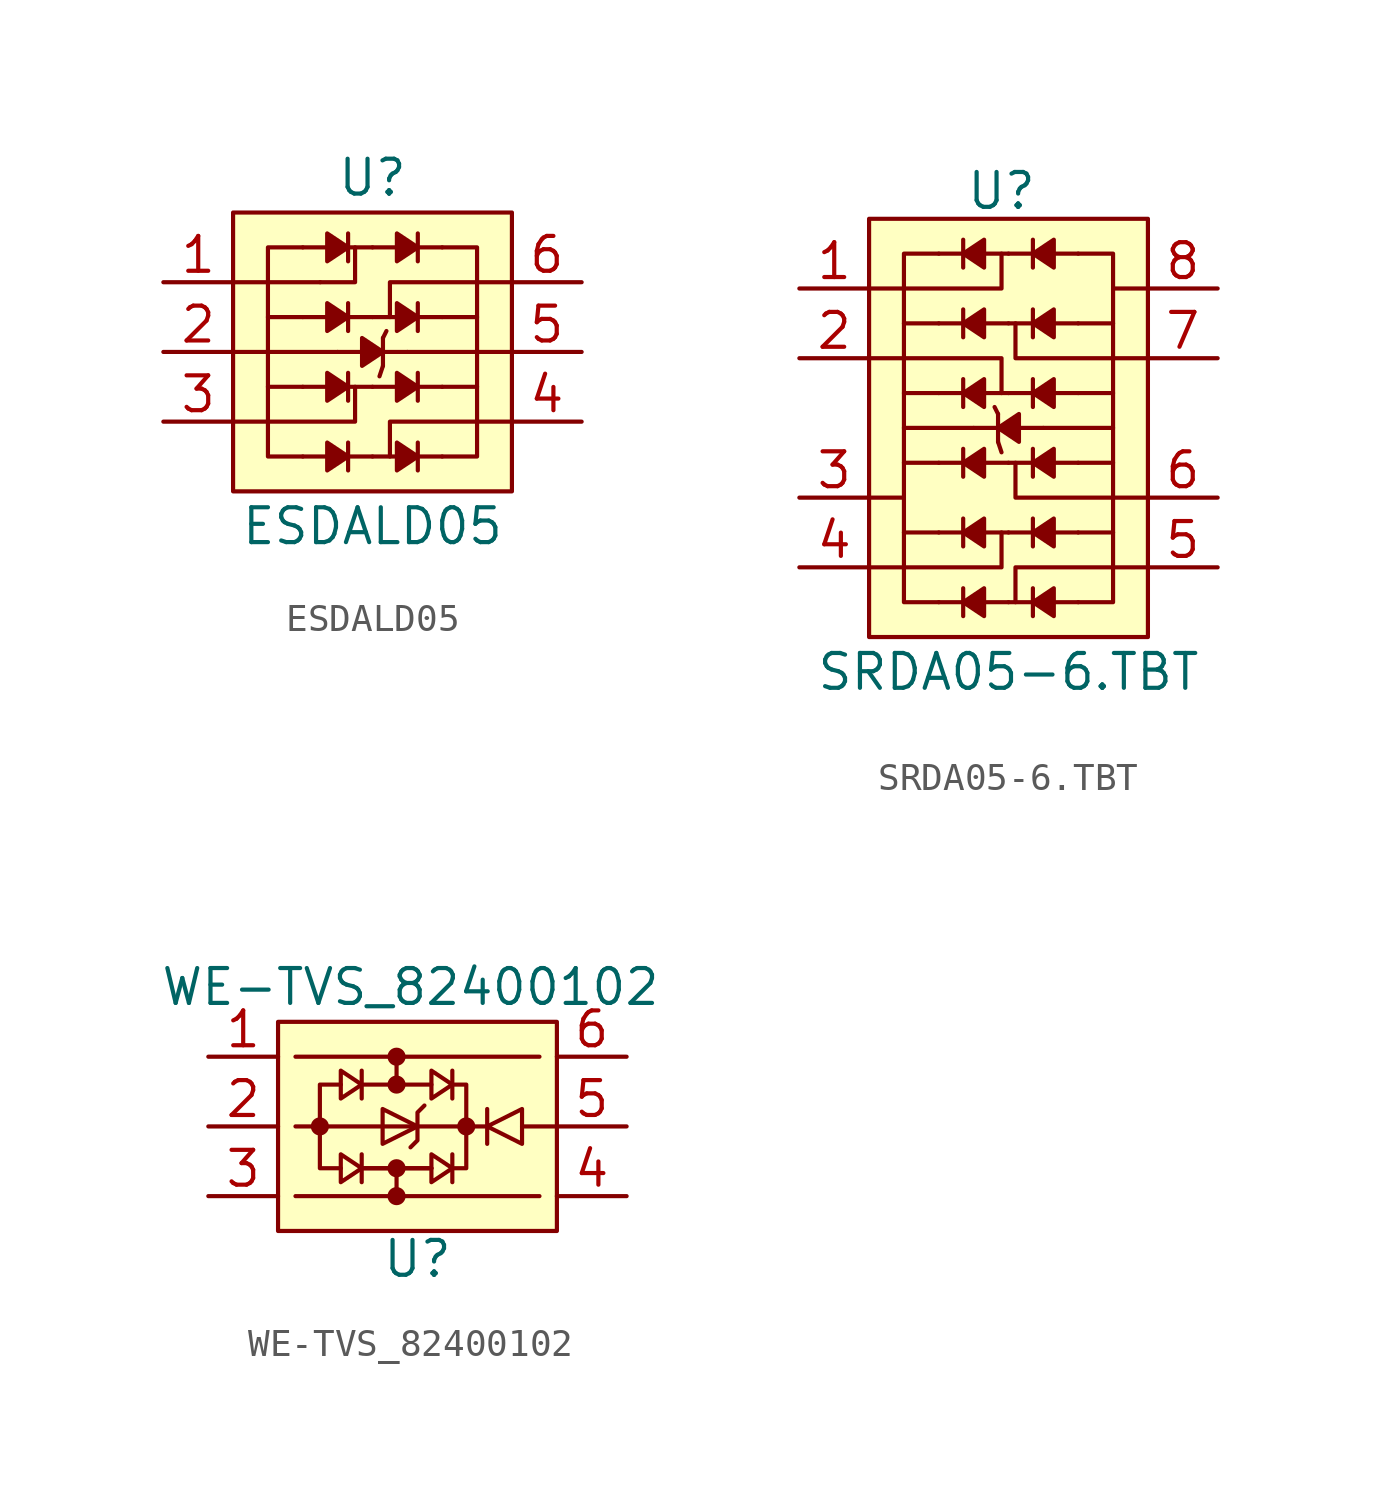
<source format=kicad_sym>
(kicad_symbol_lib
  (version 20211014)
  (generator kicad_symbol_editor)
  (symbol "ESDALD05"
    (pin_names
      (offset 1.016) hide)
    (property "Reference" "U"
      (at 0 6.35 0)
      (effects (font (size 1.27 1.27))))
    (property "Value" "ESDALD05"
      (at 0 -6.35 0)
      (effects (font (size 1.27 1.27))))
    (symbol "ESDALD05_0_0"
      (pin passive line (at -7.62 2.54 0) (length 2.54) (name "IO1" (effects (font (size 1.27 1.27)))) (number "1" (effects (font (size 1.27 1.27)))))
      (pin passive line (at -7.62 0 0) (length 2.54) (name "GND" (effects (font (size 1.27 1.27)))) (number "2" (effects (font (size 1.27 1.27)))))
      (pin passive line (at -7.62 -2.54 0) (length 2.54) (name "IO2" (effects (font (size 1.27 1.27)))) (number "3" (effects (font (size 1.27 1.27)))))
      (pin passive line (at 7.62 -2.54 180) (length 2.54) (name "IO3" (effects (font (size 1.27 1.27)))) (number "4" (effects (font (size 1.27 1.27)))))
      (pin power_in line (at 7.62 0 180) (length 2.54) (name "VDD" (effects (font (size 1.27 1.27)))) (number "5" (effects (font (size 1.27 1.27)))))
      (pin passive line (at 7.62 2.54 180) (length 2.54) (name "IO4" (effects (font (size 1.27 1.27)))) (number "6" (effects (font (size 1.27 1.27))))))
    (symbol "ESDALD05_0_1"
      (rectangle (start -5.08 5.08) (end 5.08 -5.08) (stroke (width 0.152) (type default) (color 0 0 0 0)) (fill (type background)))
      (polyline (pts (xy -5.08 2.54) (xy -1.905 2.54)) (stroke (width 0.152) (type default) (color 0 0 0 0)) (fill (type none)))
      (polyline (pts (xy -2.54 -3.81) (xy 0 -3.81)) (stroke (width 0.152) (type default) (color 0 0 0 0)) (fill (type none)))
      (polyline (pts (xy -2.54 -1.27) (xy -3.81 -1.27)) (stroke (width 0.152) (type default) (color 0 0 0 0)) (fill (type none)))
      (polyline (pts (xy -2.54 -1.27) (xy 0 -1.27)) (stroke (width 0.152) (type default) (color 0 0 0 0)) (fill (type none)))
      (polyline (pts (xy -2.54 1.27) (xy -3.81 1.27)) (stroke (width 0.152) (type default) (color 0 0 0 0)) (fill (type none)))
      (polyline (pts (xy -2.54 1.27) (xy 0 1.27)) (stroke (width 0.152) (type default) (color 0 0 0 0)) (fill (type none)))
      (polyline (pts (xy -2.54 3.81) (xy 0 3.81)) (stroke (width 0.152) (type default) (color 0 0 0 0)) (fill (type none)))
      (polyline (pts (xy -1.27 0) (xy -5.08 0)) (stroke (width 0.152) (type default) (color 0 0 0 0)) (fill (type none)))
      (polyline (pts (xy -1.27 0) (xy 1.27 0)) (stroke (width 0.152) (type default) (color 0 0 0 0)) (fill (type none)))
      (polyline (pts (xy -0.889 -3.302) (xy -0.889 -4.318)) (stroke (width 0.152) (type default) (color 0 0 0 0)) (fill (type none)))
      (polyline (pts (xy -0.889 -0.762) (xy -0.889 -1.778)) (stroke (width 0.152) (type default) (color 0 0 0 0)) (fill (type none)))
      (polyline (pts (xy -0.889 1.778) (xy -0.889 0.762)) (stroke (width 0.152) (type default) (color 0 0 0 0)) (fill (type none)))
      (polyline (pts (xy -0.889 4.318) (xy -0.889 3.302)) (stroke (width 0.152) (type default) (color 0 0 0 0)) (fill (type none)))
      (polyline (pts (xy 0 -3.81) (xy 2.54 -3.81)) (stroke (width 0.152) (type default) (color 0 0 0 0)) (fill (type none)))
      (polyline (pts (xy 0 -1.27) (xy 2.54 -1.27)) (stroke (width 0.152) (type default) (color 0 0 0 0)) (fill (type none)))
      (polyline (pts (xy 0 1.27) (xy 2.54 1.27)) (stroke (width 0.152) (type default) (color 0 0 0 0)) (fill (type none)))
      (polyline (pts (xy 0 3.81) (xy 2.54 3.81)) (stroke (width 0.152) (type default) (color 0 0 0 0)) (fill (type none)))
      (polyline (pts (xy 0.381 -0.508) (xy 0.254 -0.889)) (stroke (width 0.152) (type default) (color 0 0 0 0)) (fill (type none)))
      (polyline (pts (xy 0.381 0.508) (xy 0.381 -0.508)) (stroke (width 0.152) (type default) (color 0 0 0 0)) (fill (type none)))
      (polyline (pts (xy 0.381 0.508) (xy 0.508 0.762)) (stroke (width 0.152) (type default) (color 0 0 0 0)) (fill (type none)))
      (polyline (pts (xy 1.27 0) (xy 5.08 0)) (stroke (width 0.152) (type default) (color 0 0 0 0)) (fill (type none)))
      (polyline (pts (xy 1.651 -3.302) (xy 1.651 -4.318)) (stroke (width 0.152) (type default) (color 0 0 0 0)) (fill (type none)))
      (polyline (pts (xy 1.651 -0.762) (xy 1.651 -1.778)) (stroke (width 0.152) (type default) (color 0 0 0 0)) (fill (type none)))
      (polyline (pts (xy 1.651 1.778) (xy 1.651 0.762)) (stroke (width 0.152) (type default) (color 0 0 0 0)) (fill (type none)))
      (polyline (pts (xy 1.651 4.318) (xy 1.651 3.302)) (stroke (width 0.152) (type default) (color 0 0 0 0)) (fill (type none)))
      (polyline (pts (xy 2.54 -1.27) (xy 3.81 -1.27)) (stroke (width 0.152) (type default) (color 0 0 0 0)) (fill (type none)))
      (polyline (pts (xy 2.54 1.27) (xy 3.81 1.27)) (stroke (width 0.152) (type default) (color 0 0 0 0)) (fill (type none)))
      (polyline (pts (xy -5.08 -2.54) (xy -0.635 -2.54) (xy -0.635 -1.27)) (stroke (width 0.152) (type default) (color 0 0 0 0)) (fill (type none)))
      (polyline (pts (xy -1.905 2.54) (xy -0.635 2.54) (xy -0.635 3.81)) (stroke (width 0.152) (type default) (color 0 0 0 0)) (fill (type none)))
      (polyline (pts (xy 5.08 -2.54) (xy 0.635 -2.54) (xy 0.635 -3.81)) (stroke (width 0.152) (type default) (color 0 0 0 0)) (fill (type none)))
      (polyline (pts (xy 5.08 2.54) (xy 0.635 2.54) (xy 0.635 1.27)) (stroke (width 0.152) (type default) (color 0 0 0 0)) (fill (type none)))
      (polyline (pts (xy -2.54 3.81) (xy -3.81 3.81) (xy -3.81 -3.81) (xy -2.54 -3.81)) (stroke (width 0.152) (type default) (color 0 0 0 0)) (fill (type none)))
      (polyline (pts (xy -0.889 -3.81) (xy -1.651 -3.302) (xy -1.651 -4.318) (xy -0.889 -3.81)) (stroke (width 0.152) (type default) (color 0 0 0 0)) (fill (type outline)))
      (polyline (pts (xy -0.889 -1.27) (xy -1.651 -0.762) (xy -1.651 -1.778) (xy -0.889 -1.27)) (stroke (width 0.152) (type default) (color 0 0 0 0)) (fill (type outline)))
      (polyline (pts (xy -0.889 1.27) (xy -1.651 1.778) (xy -1.651 0.762) (xy -0.889 1.27)) (stroke (width 0.152) (type default) (color 0 0 0 0)) (fill (type outline)))
      (polyline (pts (xy -0.889 3.81) (xy -1.651 4.318) (xy -1.651 3.302) (xy -0.889 3.81)) (stroke (width 0.152) (type default) (color 0 0 0 0)) (fill (type outline)))
      (polyline (pts (xy 0.381 0) (xy -0.381 0.508) (xy -0.381 -0.508) (xy 0.381 0)) (stroke (width 0.152) (type default) (color 0 0 0 0)) (fill (type outline)))
      (polyline (pts (xy 1.651 -3.81) (xy 0.889 -3.302) (xy 0.889 -4.318) (xy 1.651 -3.81)) (stroke (width 0.152) (type default) (color 0 0 0 0)) (fill (type outline)))
      (polyline (pts (xy 1.651 -1.27) (xy 0.889 -0.762) (xy 0.889 -1.778) (xy 1.651 -1.27)) (stroke (width 0.152) (type default) (color 0 0 0 0)) (fill (type outline)))
      (polyline (pts (xy 1.651 1.27) (xy 0.889 1.778) (xy 0.889 0.762) (xy 1.651 1.27)) (stroke (width 0.152) (type default) (color 0 0 0 0)) (fill (type outline)))
      (polyline (pts (xy 1.651 3.81) (xy 0.889 4.318) (xy 0.889 3.302) (xy 1.651 3.81)) (stroke (width 0.152) (type default) (color 0 0 0 0)) (fill (type outline)))
      (polyline (pts (xy 2.54 3.81) (xy 3.81 3.81) (xy 3.81 -3.81) (xy 2.54 -3.81)) (stroke (width 0.152) (type default) (color 0 0 0 0)) (fill (type none)))))
  (symbol "SRDA05-6.TBT"
    (pin_names
      (offset 1.016) hide)
    (property "Reference" "U"
      (at -0.254 8.636 0)
      (effects (font (size 1.27 1.27))))
    (property "Value" "SRDA05-6.TBT"
      (at 0 -8.89 0)
      (effects (font (size 1.27 1.27))))
    (symbol "SRDA05-6.TBT_0_0"
      (pin passive line (at -7.62 5.08 0) (length 2.54) (name "IO1" (effects (font (size 1.27 1.27)))) (number "1" (effects (font (size 1.27 1.27)))))
      (pin passive line (at -7.62 2.54 0) (length 2.54) (name "IO2" (effects (font (size 1.27 1.27)))) (number "2" (effects (font (size 1.27 1.27)))))
      (pin power_in line (at -7.62 -2.54 0) (length 2.54) (name "VDD" (effects (font (size 1.27 1.27)))) (number "3" (effects (font (size 1.27 1.27)))))
      (pin passive line (at -7.62 -5.08 0) (length 2.54) (name "IO3" (effects (font (size 1.27 1.27)))) (number "4" (effects (font (size 1.27 1.27)))))
      (pin passive line (at 7.62 -5.08 180) (length 2.54) (name "IO4" (effects (font (size 1.27 1.27)))) (number "5" (effects (font (size 1.27 1.27)))))
      (pin passive line (at 7.62 -2.54 180) (length 2.54) (name "IO5" (effects (font (size 1.27 1.27)))) (number "6" (effects (font (size 1.27 1.27)))))
      (pin passive line (at 7.62 2.54 180) (length 2.54) (name "IO6" (effects (font (size 1.27 1.27)))) (number "7" (effects (font (size 1.27 1.27)))))
      (pin passive line (at 7.62 5.08 180) (length 2.54) (name "GND" (effects (font (size 1.27 1.27)))) (number "8" (effects (font (size 1.27 1.27))))))
    (symbol "SRDA05-6.TBT_0_1"
      (rectangle (start -5.08 7.62) (end 5.08 -7.62) (stroke (width 0) (type default) (color 0 0 0 0)) (fill (type background)))
      (polyline (pts (xy -5.08 -2.54) (xy -3.81 -2.54)) (stroke (width 0) (type default) (color 0 0 0 0)) (fill (type none)))
      (polyline (pts (xy -3.81 -2.54) (xy -3.81 -2.54)) (stroke (width 0) (type default) (color 0 0 0 0)) (fill (type none)))
      (polyline (pts (xy -2.54 -1.27) (xy -3.81 -1.27)) (stroke (width 0.152) (type default) (color 0 0 0 0)) (fill (type none)))
      (polyline (pts (xy -2.54 1.27) (xy -3.81 1.27)) (stroke (width 0.152) (type default) (color 0 0 0 0)) (fill (type none)))
      (polyline (pts (xy -1.651 -5.842) (xy -1.651 -6.858)) (stroke (width 0.152) (type default) (color 0 0 0 0)) (fill (type none)))
      (polyline (pts (xy -1.651 -3.302) (xy -1.651 -4.318)) (stroke (width 0.152) (type default) (color 0 0 0 0)) (fill (type none)))
      (polyline (pts (xy -1.651 -0.762) (xy -1.651 -1.778)) (stroke (width 0.152) (type default) (color 0 0 0 0)) (fill (type none)))
      (polyline (pts (xy -1.651 1.778) (xy -1.651 0.762)) (stroke (width 0.152) (type default) (color 0 0 0 0)) (fill (type none)))
      (polyline (pts (xy -1.651 4.318) (xy -1.651 3.302)) (stroke (width 0.152) (type default) (color 0 0 0 0)) (fill (type none)))
      (polyline (pts (xy -1.651 6.858) (xy -1.651 5.842)) (stroke (width 0.152) (type default) (color 0 0 0 0)) (fill (type none)))
      (polyline (pts (xy -1.27 0) (xy -3.81 0)) (stroke (width 0) (type default) (color 0 0 0 0)) (fill (type none)))
      (polyline (pts (xy -0.381 -0.508) (xy -0.254 -0.889)) (stroke (width 0.152) (type default) (color 0 0 0 0)) (fill (type none)))
      (polyline (pts (xy -0.381 0.508) (xy -0.508 0.762)) (stroke (width 0.152) (type default) (color 0 0 0 0)) (fill (type none)))
      (polyline (pts (xy -0.381 0.508) (xy -0.381 -0.508)) (stroke (width 0.152) (type default) (color 0 0 0 0)) (fill (type none)))
      (polyline (pts (xy 0 -6.35) (xy -2.54 -6.35)) (stroke (width 0.152) (type default) (color 0 0 0 0)) (fill (type none)))
      (polyline (pts (xy 0 -3.81) (xy -2.54 -3.81)) (stroke (width 0.152) (type default) (color 0 0 0 0)) (fill (type none)))
      (polyline (pts (xy 0 -1.27) (xy -2.54 -1.27)) (stroke (width 0.152) (type default) (color 0 0 0 0)) (fill (type none)))
      (polyline (pts (xy 0 1.27) (xy -2.54 1.27)) (stroke (width 0.152) (type default) (color 0 0 0 0)) (fill (type none)))
      (polyline (pts (xy 0 3.81) (xy -2.54 3.81)) (stroke (width 0.152) (type default) (color 0 0 0 0)) (fill (type none)))
      (polyline (pts (xy 0 6.35) (xy -2.54 6.35)) (stroke (width 0.152) (type default) (color 0 0 0 0)) (fill (type none)))
      (polyline (pts (xy 0.889 -5.842) (xy 0.889 -6.858)) (stroke (width 0.152) (type default) (color 0 0 0 0)) (fill (type none)))
      (polyline (pts (xy 0.889 -3.302) (xy 0.889 -4.318)) (stroke (width 0.152) (type default) (color 0 0 0 0)) (fill (type none)))
      (polyline (pts (xy 0.889 -0.762) (xy 0.889 -1.778)) (stroke (width 0.152) (type default) (color 0 0 0 0)) (fill (type none)))
      (polyline (pts (xy 0.889 1.778) (xy 0.889 0.762)) (stroke (width 0.152) (type default) (color 0 0 0 0)) (fill (type none)))
      (polyline (pts (xy 0.889 4.318) (xy 0.889 3.302)) (stroke (width 0.152) (type default) (color 0 0 0 0)) (fill (type none)))
      (polyline (pts (xy 0.889 6.858) (xy 0.889 5.842)) (stroke (width 0.152) (type default) (color 0 0 0 0)) (fill (type none)))
      (polyline (pts (xy 1.27 0) (xy -1.27 0)) (stroke (width 0.152) (type default) (color 0 0 0 0)) (fill (type none)))
      (polyline (pts (xy 1.27 0) (xy 3.81 0)) (stroke (width 0) (type default) (color 0 0 0 0)) (fill (type none)))
      (polyline (pts (xy 2.54 -6.35) (xy 0 -6.35)) (stroke (width 0.152) (type default) (color 0 0 0 0)) (fill (type none)))
      (polyline (pts (xy 2.54 -3.81) (xy 0 -3.81)) (stroke (width 0.152) (type default) (color 0 0 0 0)) (fill (type none)))
      (polyline (pts (xy 2.54 -1.27) (xy 0 -1.27)) (stroke (width 0.152) (type default) (color 0 0 0 0)) (fill (type none)))
      (polyline (pts (xy 2.54 -1.27) (xy 3.81 -1.27)) (stroke (width 0.152) (type default) (color 0 0 0 0)) (fill (type none)))
      (polyline (pts (xy 2.54 1.27) (xy 0 1.27)) (stroke (width 0.152) (type default) (color 0 0 0 0)) (fill (type none)))
      (polyline (pts (xy 2.54 1.27) (xy 3.81 1.27)) (stroke (width 0.152) (type default) (color 0 0 0 0)) (fill (type none)))
      (polyline (pts (xy 2.54 3.81) (xy 0 3.81)) (stroke (width 0.152) (type default) (color 0 0 0 0)) (fill (type none)))
      (polyline (pts (xy 2.54 6.35) (xy 0 6.35)) (stroke (width 0.152) (type default) (color 0 0 0 0)) (fill (type none)))
      (polyline (pts (xy 3.81 5.08) (xy 5.08 5.08)) (stroke (width 0) (type default) (color 0 0 0 0)) (fill (type none)))
      (polyline (pts (xy -5.08 -5.08) (xy -0.254 -5.08) (xy -0.254 -3.81)) (stroke (width 0) (type default) (color 0 0 0 0)) (fill (type none)))
      (polyline (pts (xy -5.08 2.54) (xy -0.254 2.54) (xy -0.254 1.27)) (stroke (width 0) (type default) (color 0 0 0 0)) (fill (type none)))
      (polyline (pts (xy -5.08 5.08) (xy -0.254 5.08) (xy -0.254 6.35)) (stroke (width 0) (type default) (color 0 0 0 0)) (fill (type none)))
      (polyline (pts (xy -2.54 -6.35) (xy -3.81 -6.35) (xy -3.81 -3.81)) (stroke (width 0) (type default) (color 0 0 0 0)) (fill (type none)))
      (polyline (pts (xy -2.54 6.35) (xy -3.81 6.35) (xy -3.81 3.81)) (stroke (width 0) (type default) (color 0 0 0 0)) (fill (type none)))
      (polyline (pts (xy 2.54 -6.35) (xy 3.81 -6.35) (xy 3.81 -3.81)) (stroke (width 0) (type default) (color 0 0 0 0)) (fill (type none)))
      (polyline (pts (xy 2.54 6.35) (xy 3.81 6.35) (xy 3.81 3.81)) (stroke (width 0) (type default) (color 0 0 0 0)) (fill (type none)))
      (polyline (pts (xy 5.08 -5.08) (xy 0.254 -5.08) (xy 0.254 -6.35)) (stroke (width 0) (type default) (color 0 0 0 0)) (fill (type none)))
      (polyline (pts (xy 5.08 -2.54) (xy 0.254 -2.54) (xy 0.254 -1.27)) (stroke (width 0) (type default) (color 0 0 0 0)) (fill (type none)))
      (polyline (pts (xy 5.08 2.54) (xy 0.254 2.54) (xy 0.254 3.81)) (stroke (width 0) (type default) (color 0 0 0 0)) (fill (type none)))
      (polyline (pts (xy -2.54 3.81) (xy -3.81 3.81) (xy -3.81 -3.81) (xy -2.54 -3.81)) (stroke (width 0.152) (type default) (color 0 0 0 0)) (fill (type none)))
      (polyline (pts (xy -1.651 -6.35) (xy -0.889 -5.842) (xy -0.889 -6.858) (xy -1.651 -6.35)) (stroke (width 0.152) (type default) (color 0 0 0 0)) (fill (type outline)))
      (polyline (pts (xy -1.651 -3.81) (xy -0.889 -3.302) (xy -0.889 -4.318) (xy -1.651 -3.81)) (stroke (width 0.152) (type default) (color 0 0 0 0)) (fill (type outline)))
      (polyline (pts (xy -1.651 -1.27) (xy -0.889 -0.762) (xy -0.889 -1.778) (xy -1.651 -1.27)) (stroke (width 0.152) (type default) (color 0 0 0 0)) (fill (type outline)))
      (polyline (pts (xy -1.651 1.27) (xy -0.889 1.778) (xy -0.889 0.762) (xy -1.651 1.27)) (stroke (width 0.152) (type default) (color 0 0 0 0)) (fill (type outline)))
      (polyline (pts (xy -1.651 3.81) (xy -0.889 4.318) (xy -0.889 3.302) (xy -1.651 3.81)) (stroke (width 0.152) (type default) (color 0 0 0 0)) (fill (type outline)))
      (polyline (pts (xy -1.651 6.35) (xy -0.889 6.858) (xy -0.889 5.842) (xy -1.651 6.35)) (stroke (width 0.152) (type default) (color 0 0 0 0)) (fill (type outline)))
      (polyline (pts (xy -0.381 0) (xy 0.381 0.508) (xy 0.381 -0.508) (xy -0.381 0)) (stroke (width 0.152) (type default) (color 0 0 0 0)) (fill (type outline)))
      (polyline (pts (xy 0.889 -6.35) (xy 1.651 -5.842) (xy 1.651 -6.858) (xy 0.889 -6.35)) (stroke (width 0.152) (type default) (color 0 0 0 0)) (fill (type outline)))
      (polyline (pts (xy 0.889 -3.81) (xy 1.651 -3.302) (xy 1.651 -4.318) (xy 0.889 -3.81)) (stroke (width 0.152) (type default) (color 0 0 0 0)) (fill (type outline)))
      (polyline (pts (xy 0.889 -1.27) (xy 1.651 -0.762) (xy 1.651 -1.778) (xy 0.889 -1.27)) (stroke (width 0.152) (type default) (color 0 0 0 0)) (fill (type outline)))
      (polyline (pts (xy 0.889 1.27) (xy 1.651 1.778) (xy 1.651 0.762) (xy 0.889 1.27)) (stroke (width 0.152) (type default) (color 0 0 0 0)) (fill (type outline)))
      (polyline (pts (xy 0.889 3.81) (xy 1.651 4.318) (xy 1.651 3.302) (xy 0.889 3.81)) (stroke (width 0.152) (type default) (color 0 0 0 0)) (fill (type outline)))
      (polyline (pts (xy 0.889 6.35) (xy 1.651 6.858) (xy 1.651 5.842) (xy 0.889 6.35)) (stroke (width 0.152) (type default) (color 0 0 0 0)) (fill (type outline)))
      (polyline (pts (xy 2.54 3.81) (xy 3.81 3.81) (xy 3.81 -3.81) (xy 2.54 -3.81)) (stroke (width 0.152) (type default) (color 0 0 0 0)) (fill (type none)))))
  (symbol "WE-TVS_82400102"
    (pin_names
      (offset 1.016) hide)
    (property "Reference" "U"
      (at 0 -4.826 0)
      (effects (font (size 1.27 1.27))))
    (property "Value" "WE-TVS_82400102"
      (at -0.254 5.08 0)
      (effects (font (size 1.27 1.27))))
    (symbol "WE-TVS_82400102_0_1"
      (rectangle (start -5.08 3.81) (end 5.08 -3.81) (stroke (width 0.152) (type default) (color 0 0 0 0)) (fill (type background)))
      (circle (center -3.556 0) (radius 0.254) (stroke (width 0.152) (type default) (color 0 0 0 0)) (fill (type outline)))
      (circle (center -0.762 -2.54) (radius 0.254) (stroke (width 0.152) (type default) (color 0 0 0 0)) (fill (type outline)))
      (circle (center -0.762 -1.524) (radius 0.254) (stroke (width 0.152) (type default) (color 0 0 0 0)) (fill (type outline)))
      (circle (center -0.762 1.524) (radius 0.254) (stroke (width 0.152) (type default) (color 0 0 0 0)) (fill (type outline)))
      (circle (center -0.762 2.54) (radius 0.254) (stroke (width 0.152) (type default) (color 0 0 0 0)) (fill (type outline)))
      (polyline (pts (xy -4.445 -2.54) (xy 4.445 -2.54)) (stroke (width 0.152) (type default) (color 0 0 0 0)) (fill (type none)))
      (polyline (pts (xy -4.445 2.54) (xy 4.445 2.54)) (stroke (width 0.152) (type default) (color 0 0 0 0)) (fill (type none)))
      (polyline (pts (xy -2.032 1.524) (xy 0.508 1.524)) (stroke (width 0.152) (type default) (color 0 0 0 0)) (fill (type none)))
      (polyline (pts (xy -2.032 2.032) (xy -2.032 1.016)) (stroke (width 0.152) (type default) (color 0 0 0 0)) (fill (type none)))
      (polyline (pts (xy -0.762 -1.524) (xy -0.762 -2.54)) (stroke (width 0.152) (type default) (color 0 0 0 0)) (fill (type none)))
      (polyline (pts (xy -0.762 1.524) (xy -0.762 2.54)) (stroke (width 0.152) (type default) (color 0 0 0 0)) (fill (type none)))
      (polyline (pts (xy 1.27 2.032) (xy 1.27 1.016)) (stroke (width 0.152) (type default) (color 0 0 0 0)) (fill (type none)))
      (polyline (pts (xy 2.54 0.635) (xy 2.54 -0.635)) (stroke (width 0.152) (type default) (color 0 0 0 0)) (fill (type none)))
      (polyline (pts (xy 3.81 0) (xy 5.08 0)) (stroke (width 0.152) (type default) (color 0 0 0 0)) (fill (type none)))
      (polyline (pts (xy -3.556 0) (xy -3.556 1.524) (xy -2.794 1.524)) (stroke (width 0.152) (type default) (color 0 0 0 0)) (fill (type none)))
      (polyline (pts (xy 1.27 1.524) (xy 1.778 1.524) (xy 1.778 0)) (stroke (width 0.152) (type default) (color 0 0 0 0)) (fill (type none)))
      (polyline (pts (xy -2.794 2.032) (xy -2.032 1.524) (xy -2.794 1.016) (xy -2.794 2.032)) (stroke (width 0.152) (type default) (color 0 0 0 0)) (fill (type none)))
      (polyline (pts (xy -0.254 -0.762) (xy 0 -0.508) (xy 0 0.508) (xy 0.254 0.762)) (stroke (width 0.152) (type default) (color 0 0 0 0)) (fill (type none)))
      (polyline (pts (xy 0 0) (xy -1.27 0.635) (xy -1.27 -0.635) (xy 0 0)) (stroke (width 0.152) (type default) (color 0 0 0 0)) (fill (type none)))
      (polyline (pts (xy -4.445 0) (xy 2.54 0) (xy 3.81 0.635) (xy 3.81 -0.635) (xy 2.54 0)) (stroke (width 0.152) (type default) (color 0 0 0 0)) (fill (type none)))
      (polyline (pts (xy 0.508 1.524) (xy 0.508 2.032) (xy 1.27 1.524) (xy 0.508 1.016) (xy 0.508 1.524)) (stroke (width 0.152) (type default) (color 0 0 0 0)) (fill (type none)))
      (circle (center 1.778 0) (radius 0.254) (stroke (width 0.152) (type default) (color 0 0 0 0)) (fill (type outline))))
    (symbol "WE-TVS_82400102_1_1"
      (polyline (pts (xy -2.032 -2.032) (xy -2.032 -1.016)) (stroke (width 0.152) (type default) (color 0 0 0 0)) (fill (type none)))
      (polyline (pts (xy -2.032 -1.524) (xy 0.508 -1.524)) (stroke (width 0.152) (type default) (color 0 0 0 0)) (fill (type none)))
      (polyline (pts (xy -2.032 -1.524) (xy 0.508 -1.524)) (stroke (width 0.152) (type default) (color 0 0 0 0)) (fill (type none)))
      (polyline (pts (xy 1.27 -2.032) (xy 1.27 -1.016)) (stroke (width 0.152) (type default) (color 0 0 0 0)) (fill (type none)))
      (polyline (pts (xy -3.556 0) (xy -3.556 -1.524) (xy -2.794 -1.524)) (stroke (width 0.152) (type default) (color 0 0 0 0)) (fill (type none)))
      (polyline (pts (xy 1.27 -1.524) (xy 1.778 -1.524) (xy 1.778 0)) (stroke (width 0.152) (type default) (color 0 0 0 0)) (fill (type none)))
      (polyline (pts (xy -2.794 -2.032) (xy -2.032 -1.524) (xy -2.794 -1.016) (xy -2.794 -2.032)) (stroke (width 0.152) (type default) (color 0 0 0 0)) (fill (type none)))
      (polyline (pts (xy 0.508 -1.524) (xy 0.508 -2.032) (xy 1.27 -1.524) (xy 0.508 -1.016) (xy 0.508 -1.524)) (stroke (width 0.152) (type default) (color 0 0 0 0)) (fill (type none)))
      (pin bidirectional line (at -7.62 2.54 0) (length 2.54) (name "io1" (effects (font (size 1.27 1.27)))) (number "1" (effects (font (size 1.27 1.27)))))
      (pin passive line (at -7.62 0 0) (length 2.54) (name "GND" (effects (font (size 1.27 1.27)))) (number "2" (effects (font (size 1.27 1.27)))))
      (pin bidirectional line (at -7.62 -2.54 0) (length 2.54) (name "io2" (effects (font (size 1.27 1.27)))) (number "3" (effects (font (size 1.27 1.27)))))
      (pin bidirectional line (at 7.62 -2.54 180) (length 2.54) (name "io2" (effects (font (size 1.27 1.27)))) (number "4" (effects (font (size 1.27 1.27)))))
      (pin power_in line (at 7.62 0 180) (length 2.54) (name "VDD" (effects (font (size 1.27 1.27)))) (number "5" (effects (font (size 1.27 1.27)))))
      (pin bidirectional line (at 7.62 2.54 180) (length 2.54) (name "io1" (effects (font (size 1.27 1.27)))) (number "6" (effects (font (size 1.27 1.27))))))))
</source>
